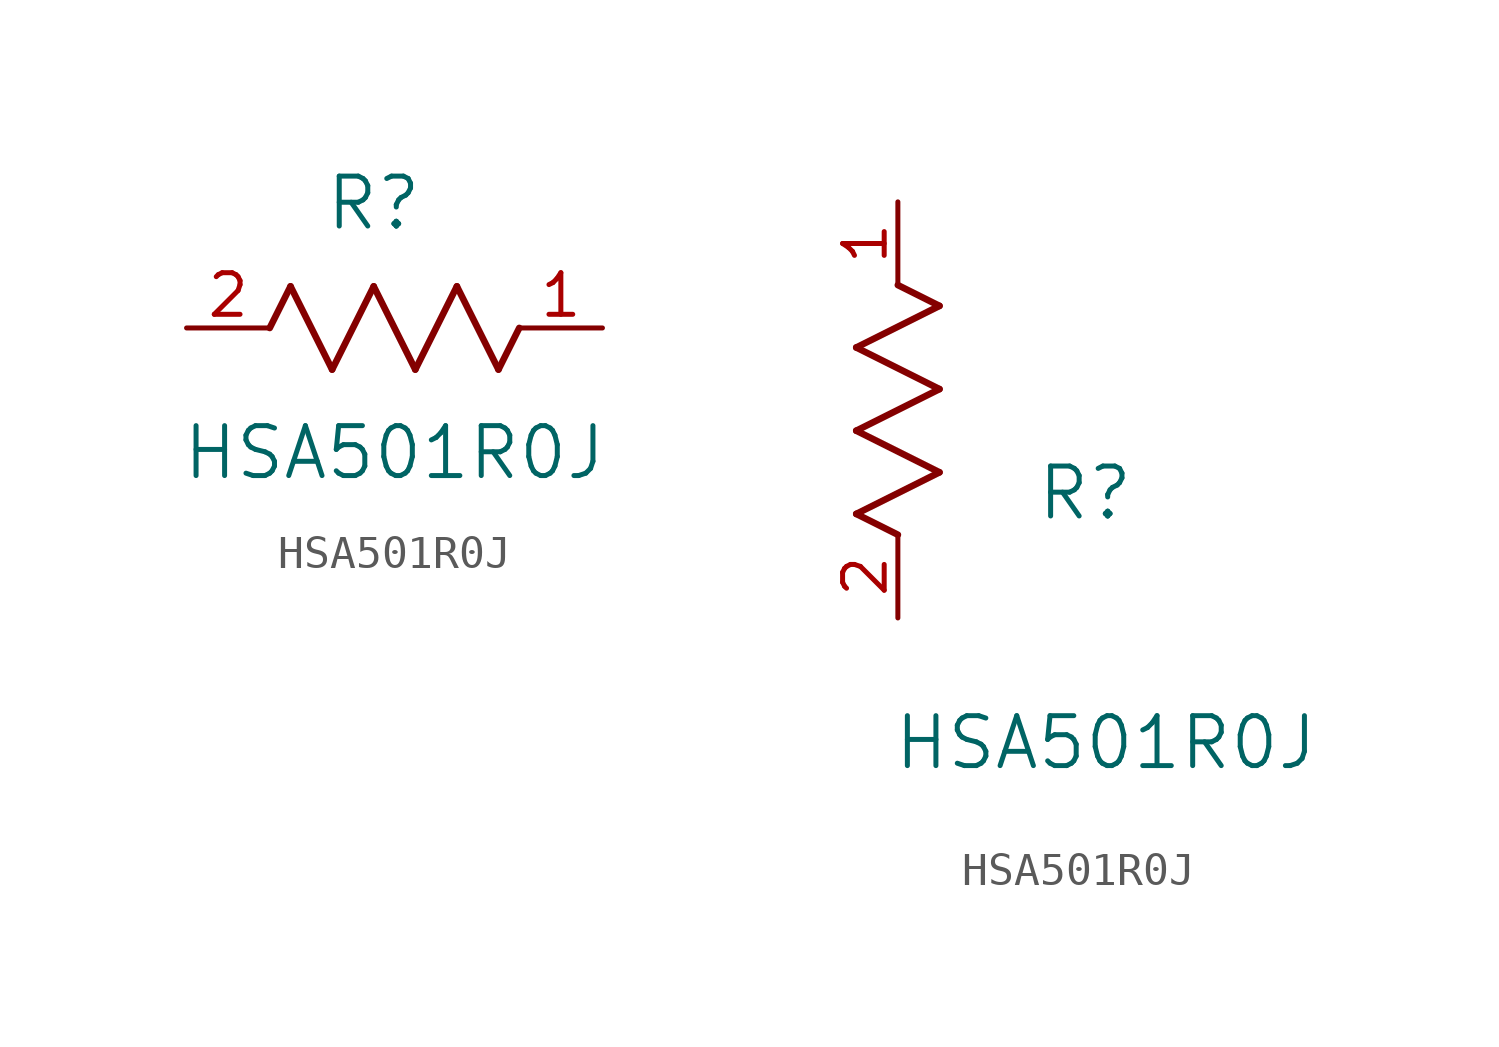
<source format=kicad_sym>
(kicad_symbol_lib
  (version 20211014)
  (generator kicad_symbol_editor)
  (symbol "HSA501R0J"
    (pin_names
      (offset 0.254))
    (property "Reference" "R"
      (at 5.715 3.81 0)
      (effects (font (size 1.524 1.524))))
    (property "Value" "HSA501R0J"
      (at 6.35 -3.81 0)
      (effects (font (size 1.524 1.524))))
    (symbol "HSA501R0J_1_1"
      (polyline (pts (xy 3.175 1.27) (xy 4.445 -1.27)) (stroke (width 0.203) (type default) (color 0 0 0 0)) (fill (type none)))
      (polyline (pts (xy 4.445 -1.27) (xy 5.715 1.27)) (stroke (width 0.203) (type default) (color 0 0 0 0)) (fill (type none)))
      (polyline (pts (xy 5.715 1.27) (xy 6.985 -1.27)) (stroke (width 0.203) (type default) (color 0 0 0 0)) (fill (type none)))
      (polyline (pts (xy 6.985 -1.27) (xy 8.255 1.27)) (stroke (width 0.203) (type default) (color 0 0 0 0)) (fill (type none)))
      (polyline (pts (xy 8.255 1.27) (xy 9.525 -1.27)) (stroke (width 0.203) (type default) (color 0 0 0 0)) (fill (type none)))
      (polyline (pts (xy 2.54 0) (xy 3.175 1.27)) (stroke (width 0.203) (type default) (color 0 0 0 0)) (fill (type none)))
      (polyline (pts (xy 9.525 -1.27) (xy 10.16 0)) (stroke (width 0.203) (type default) (color 0 0 0 0)) (fill (type none)))
      (pin unspecified line (at 0 0 0) (length 2.54) (name "" (effects (font (size 1.27 1.27)))) (number "2" (effects (font (size 1.27 1.27)))))
      (pin unspecified line (at 12.7 0 180) (length 2.54) (name "" (effects (font (size 1.27 1.27)))) (number "1" (effects (font (size 1.27 1.27))))))
    (symbol "HSA501R0J_1_2"
      (polyline (pts (xy 0 2.54) (xy -1.27 3.175)) (stroke (width 0.203) (type default) (color 0 0 0 0)) (fill (type none)))
      (polyline (pts (xy -1.27 3.175) (xy 1.27 4.445)) (stroke (width 0.203) (type default) (color 0 0 0 0)) (fill (type none)))
      (polyline (pts (xy 1.27 4.445) (xy -1.27 5.715)) (stroke (width 0.203) (type default) (color 0 0 0 0)) (fill (type none)))
      (polyline (pts (xy -1.27 5.715) (xy 1.27 6.985)) (stroke (width 0.203) (type default) (color 0 0 0 0)) (fill (type none)))
      (polyline (pts (xy -1.27 8.255) (xy 1.27 9.525)) (stroke (width 0.203) (type default) (color 0 0 0 0)) (fill (type none)))
      (polyline (pts (xy 1.27 9.525) (xy 0 10.16)) (stroke (width 0.203) (type default) (color 0 0 0 0)) (fill (type none)))
      (polyline (pts (xy 1.27 6.985) (xy -1.27 8.255)) (stroke (width 0.203) (type default) (color 0 0 0 0)) (fill (type none)))
      (pin unspecified line (at 0 0 90) (length 2.54) (name "" (effects (font (size 1.27 1.27)))) (number "2" (effects (font (size 1.27 1.27)))))
      (pin unspecified line (at 0 12.7 270) (length 2.54) (name "" (effects (font (size 1.27 1.27)))) (number "1" (effects (font (size 1.27 1.27))))))))
</source>
